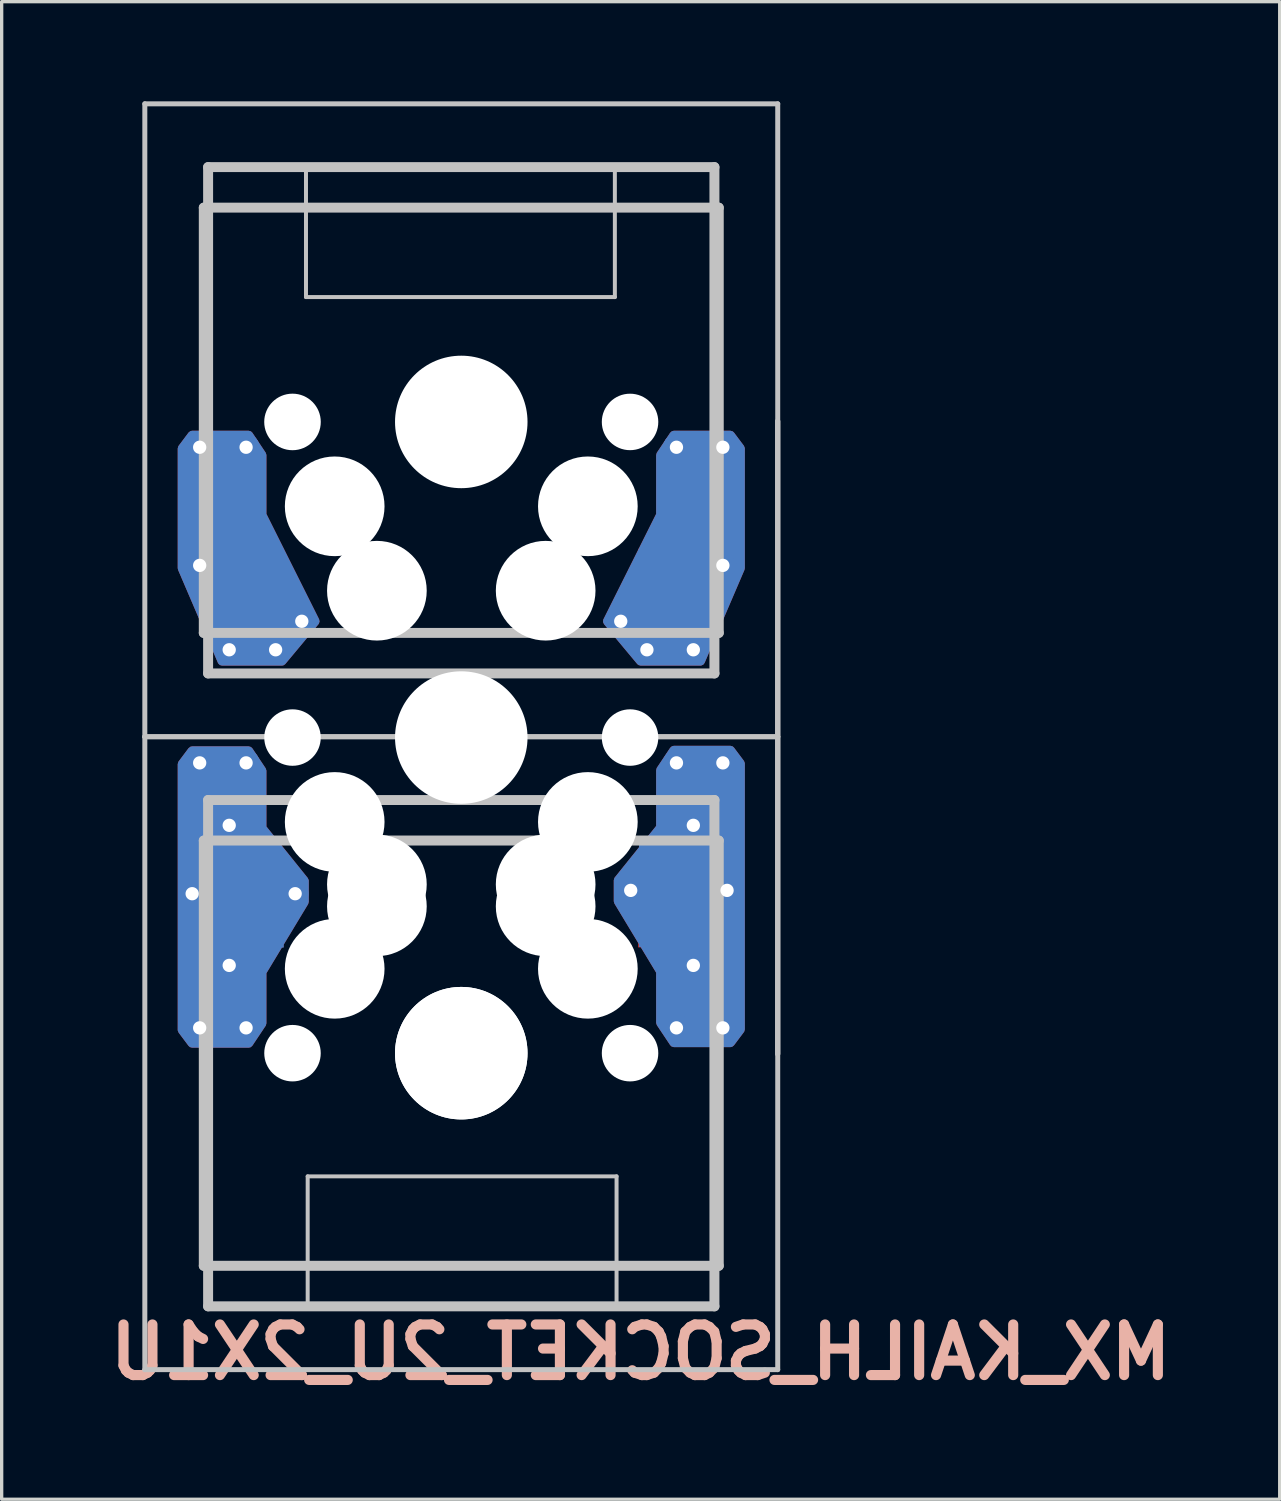
<source format=kicad_pcb>
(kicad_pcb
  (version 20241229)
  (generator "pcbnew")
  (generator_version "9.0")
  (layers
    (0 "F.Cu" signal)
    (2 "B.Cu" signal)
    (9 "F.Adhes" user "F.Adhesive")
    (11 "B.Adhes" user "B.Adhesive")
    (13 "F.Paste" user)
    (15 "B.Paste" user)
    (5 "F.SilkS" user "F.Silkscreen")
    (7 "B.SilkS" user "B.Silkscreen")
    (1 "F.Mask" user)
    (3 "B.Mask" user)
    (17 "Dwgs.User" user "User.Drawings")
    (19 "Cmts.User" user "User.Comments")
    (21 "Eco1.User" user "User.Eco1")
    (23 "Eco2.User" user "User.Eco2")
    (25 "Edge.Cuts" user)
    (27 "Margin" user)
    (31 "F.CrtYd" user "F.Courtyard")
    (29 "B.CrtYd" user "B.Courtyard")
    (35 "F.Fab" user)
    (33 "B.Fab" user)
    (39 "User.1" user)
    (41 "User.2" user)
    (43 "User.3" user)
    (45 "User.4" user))
  (footprint "MX_KAILH_SOCKET_2U_2X1U"
    (layer "F.Cu")
    (at 10.834 19.15)
    (property "Reference" "MX_KAILH_SOCKET_2U_2X1U" (at 5.4 18.5 0) (layer "B.SilkS") (effects (font (size 1.524 1.524) (thickness 0.305)) (justify mirror)))
    (attr through_hole)
    (fp_poly (pts (xy -6.807 5.792) (xy -7.315 5.792) (xy -7.315 5.131) (xy -6.807 5.131)) (stroke (width 0.1) (type solid)) (fill yes) (layer "B.Cu"))
    (fp_line (start -9.525 -19.075) (end 9.525 -19.075) (stroke (width 0.15) (type solid)) (layer "Dwgs.User"))
    (fp_line (start -9.525 -0.025) (end -9.525 -19.075) (stroke (width 0.15) (type solid)) (layer "Dwgs.User"))
    (fp_line (start -9.525 -0.025) (end 9.525 -0.025) (stroke (width 0.15) (type solid)) (layer "Dwgs.User"))
    (fp_line (start -9.525 19.025) (end -9.525 -0.025) (stroke (width 0.15) (type solid)) (layer "Dwgs.User"))
    (fp_line (start -7.75 -15.95) (end -7.75 -3.15) (stroke (width 0.3) (type solid)) (layer "Dwgs.User"))
    (fp_line (start -7.75 -3.15) (end 7.75 -3.15) (stroke (width 0.3) (type solid)) (layer "Dwgs.User"))
    (fp_line (start -7.75 15.9) (end -7.75 3.1) (stroke (width 0.3) (type solid)) (layer "Dwgs.User"))
    (fp_line (start -7.75 15.9) (end 7.75 15.9) (stroke (width 0.3) (type solid)) (layer "Dwgs.User"))
    (fp_line (start -7.62 -17.17) (end 7.62 -17.17) (stroke (width 0.3) (type solid)) (layer "Dwgs.User"))
    (fp_line (start -7.62 -1.93) (end -7.62 -17.17) (stroke (width 0.3) (type solid)) (layer "Dwgs.User"))
    (fp_line (start -7.62 1.88) (end 7.62 1.88) (stroke (width 0.3) (type solid)) (layer "Dwgs.User"))
    (fp_line (start -7.62 17.12) (end -7.62 1.88) (stroke (width 0.3) (type solid)) (layer "Dwgs.User"))
    (fp_line (start -4.674 -13.258) (end -4.674 -17.221) (stroke (width 0.12) (type solid)) (layer "Dwgs.User"))
    (fp_line (start -4.674 -13.258) (end 4.623 -13.258) (stroke (width 0.12) (type solid)) (layer "Dwgs.User"))
    (fp_line (start -4.623 13.208) (end -4.623 17.171) (stroke (width 0.12) (type solid)) (layer "Dwgs.User"))
    (fp_line (start 4.623 -13.258) (end 4.623 -17.221) (stroke (width 0.12) (type solid)) (layer "Dwgs.User"))
    (fp_line (start 4.674 13.208) (end -4.623 13.208) (stroke (width 0.12) (type solid)) (layer "Dwgs.User"))
    (fp_line (start 4.674 13.208) (end 4.674 17.171) (stroke (width 0.12) (type solid)) (layer "Dwgs.User"))
    (fp_line (start 7.62 -17.17) (end 7.62 -1.93) (stroke (width 0.3) (type solid)) (layer "Dwgs.User"))
    (fp_line (start 7.62 -1.93) (end -7.62 -1.93) (stroke (width 0.3) (type solid)) (layer "Dwgs.User"))
    (fp_line (start 7.62 1.88) (end 7.62 17.12) (stroke (width 0.3) (type solid)) (layer "Dwgs.User"))
    (fp_line (start 7.62 17.12) (end -7.62 17.12) (stroke (width 0.3) (type solid)) (layer "Dwgs.User"))
    (fp_line (start 7.75 -15.95) (end -7.75 -15.95) (stroke (width 0.3) (type solid)) (layer "Dwgs.User"))
    (fp_line (start 7.75 -15.95) (end 7.75 -3.15) (stroke (width 0.3) (type solid)) (layer "Dwgs.User"))
    (fp_line (start 7.75 3.1) (end -7.75 3.1) (stroke (width 0.3) (type solid)) (layer "Dwgs.User"))
    (fp_line (start 7.75 15.9) (end 7.75 3.1) (stroke (width 0.3) (type solid)) (layer "Dwgs.User"))
    (fp_line (start 9.525 -19.075) (end 9.525 -0.025) (stroke (width 0.15) (type solid)) (layer "Dwgs.User"))
    (fp_line (start 9.525 -9.525) (end 9.525 9.525) (stroke (width 0.15) (type solid)) (layer "Dwgs.User"))
    (fp_line (start 9.525 -0.025) (end -9.525 -0.025) (stroke (width 0.15) (type solid)) (layer "Dwgs.User"))
    (fp_line (start 9.525 -0.025) (end 9.525 19.025) (stroke (width 0.15) (type solid)) (layer "Dwgs.User"))
    (fp_line (start 9.525 9.525) (end 9.525 -9.525) (stroke (width 0.15) (type solid)) (layer "Dwgs.User"))
    (fp_line (start 9.525 19.025) (end -9.525 19.025) (stroke (width 0.15) (type solid)) (layer "Dwgs.User"))
    (fp_line (start -6.95 -16.5) (end 6.95 -16.5) (stroke (width 0.1) (type solid)) (layer "Eco1.User"))
    (fp_line (start -6.95 -7) (end 6.95 -7) (stroke (width 0.1) (type solid)) (layer "Eco1.User"))
    (fp_line (start -6.95 -2.5) (end -6.95 -16.5) (stroke (width 0.1) (type solid)) (layer "Eco1.User"))
    (fp_line (start -6.95 2.5) (end 6.95 2.5) (stroke (width 0.1) (type solid)) (layer "Eco1.User"))
    (fp_line (start -6.95 7) (end -6.95 -7) (stroke (width 0.1) (type solid)) (layer "Eco1.User"))
    (fp_line (start -6.95 16.5) (end -6.95 2.5) (stroke (width 0.1) (type solid)) (layer "Eco1.User"))
    (fp_line (start 6.95 -16.5) (end 6.95 -2.5) (stroke (width 0.1) (type solid)) (layer "Eco1.User"))
    (fp_line (start 6.95 -7) (end 6.95 7) (stroke (width 0.1) (type solid)) (layer "Eco1.User"))
    (fp_line (start 6.95 -2.5) (end -6.95 -2.5) (stroke (width 0.1) (type solid)) (layer "Eco1.User"))
    (fp_line (start 6.95 2.5) (end 6.95 16.5) (stroke (width 0.1) (type solid)) (layer "Eco1.User"))
    (fp_line (start 6.95 7) (end -6.95 7) (stroke (width 0.1) (type solid)) (layer "Eco1.User"))
    (fp_line (start 6.95 16.5) (end -6.95 16.5) (stroke (width 0.1) (type solid)) (layer "Eco1.User"))
    (pad "" np_thru_hole circle (at -5.08 -9.5 180) (size 1.702 1.702) (drill 1.702) (layers "*.Cu" "*.Mask"))
    (pad "" np_thru_hole circle (at -5.08 0) (size 1.7 1.7) (drill 1.7) (layers "*.Cu" "*.Mask"))
    (pad "" np_thru_hole circle (at -5.08 9.5) (size 1.7 1.7) (drill 1.7) (layers "*.Cu" "*.Mask"))
    (pad "" np_thru_hole circle (at -3.81 -6.96 180) (size 3 3) (drill 3) (layers "*.Cu" "*.Mask"))
    (pad "" np_thru_hole circle (at -3.81 2.54 180) (size 3 3) (drill 3) (layers "*.Cu" "*.Mask"))
    (pad "" np_thru_hole circle (at -3.81 6.96) (size 3 3) (drill 3) (layers "*.Cu" "*.Mask"))
    (pad "" np_thru_hole circle (at -2.54 -4.42 180) (size 3 3) (drill 3) (layers "*.Cu" "*.Mask"))
    (pad "" np_thru_hole circle (at -2.54 4.42) (size 3 3) (drill 3) (layers "*.Cu" "*.Mask"))
    (pad "" np_thru_hole circle (at -2.54 5.08 180) (size 3 3) (drill 3) (layers "*.Cu" "*.Mask"))
    (pad "" np_thru_hole circle (at 0 -9.5 180) (size 3.988 3.988) (drill 3.988) (layers "*.Cu" "*.Mask"))
    (pad "" np_thru_hole circle (at 0 0 180) (size 3.988 3.988) (drill 3.988) (layers "*.Cu" "*.Mask"))
    (pad "" np_thru_hole circle (at 0 9.5) (size 3.988 3.988) (drill 3.988) (layers "*.Cu" "*.Mask"))
    (pad "" np_thru_hole circle (at 0 9.5) (size 3.988 3.988) (drill 3.988) (layers "*.Cu" "*.Mask"))
    (pad "" np_thru_hole circle (at 2.54 -4.42 180) (size 3 3) (drill 3) (layers "*.Cu" "*.Mask"))
    (pad "" np_thru_hole circle (at 2.54 4.42) (size 3 3) (drill 3) (layers "*.Cu" "*.Mask"))
    (pad "" np_thru_hole circle (at 2.54 5.08 180) (size 3 3) (drill 3) (layers "*.Cu" "*.Mask"))
    (pad "" np_thru_hole circle (at 3.81 -6.96 180) (size 3 3) (drill 3) (layers "*.Cu" "*.Mask"))
    (pad "" np_thru_hole circle (at 3.81 2.54 180) (size 3 3) (drill 3) (layers "*.Cu" "*.Mask"))
    (pad "" np_thru_hole circle (at 3.81 6.96) (size 3 3) (drill 3) (layers "*.Cu" "*.Mask"))
    (pad "" np_thru_hole circle (at 5.08 -9.5) (size 1.7 1.7) (drill 1.7) (layers "*.Cu" "*.Mask"))
    (pad "" np_thru_hole circle (at 5.08 0) (size 1.7 1.7) (drill 1.7) (layers "*.Cu" "*.Mask"))
    (pad "" np_thru_hole circle (at 5.08 9.5) (size 1.7 1.7) (drill 1.7) (layers "*.Cu" "*.Mask"))
    (pad "A" thru_hole circle (at 4.8 -3.5 180) (size 0.8 0.8) (drill 0.4) (layers "*.Cu"))
    (pad "A" thru_hole circle (at 5.588 -2.642 180) (size 0.8 0.8) (drill 0.4) (layers "*.Cu"))
    (pad "A" smd rect (at 6.399 -4.433) (size 2.15 2.5) (layers "F.Cu" "F.Mask"))
    (pad "A" thru_hole circle (at 6.477 -8.738 180) (size 0.8 0.8) (drill 0.4) (layers "*.Cu"))
    (pad "A" smd custom (at 6.499 -4.433) (size 2.15 2.5) (layers "F.Cu") (options (anchor rect)) (primitives (gr_poly (pts (xy -0.499 -4.067) (xy -0.499 -2.267) (xy -2.099 0.933) (xy -1.099 2.133) (xy 0.701 2.133) (xy 1.901 -0.667) (xy 1.901 -4.267) (xy 1.601 -4.667) (xy -0.099 -4.667)) (width 0.27) (fill yes))))
    (pad "A" thru_hole circle (at 6.985 -2.642 180) (size 0.8 0.8) (drill 0.4) (layers "*.Cu"))
    (pad "A" smd rect (at 7.2 -6.96) (size 2.35 2.5) (layers "B.Cu" "B.Mask"))
    (pad "A" smd custom (at 7.285 -6.96) (size 2.35 2.5) (layers "B.Cu") (options (anchor rect)) (primitives (gr_poly (pts (xy -1.285 -1.54) (xy -1.285 0.26) (xy -2.885 3.46) (xy -1.885 4.66) (xy -0.085 4.66) (xy 1.115 1.86) (xy 1.115 -1.74) (xy 0.815 -2.14) (xy -0.885 -2.14)) (width 0.27) (fill yes))))
    (pad "A" thru_hole circle (at 7.874 -8.738 180) (size 0.8 0.8) (drill 0.4) (layers "*.Cu"))
    (pad "A" thru_hole circle (at 7.874 -5.182 180) (size 0.8 0.8) (drill 0.4) (layers "*.Cu"))
    (pad "B" thru_hole circle (at -7.874 -8.738 180) (size 0.8 0.8) (drill 0.4) (layers "*.Cu"))
    (pad "B" thru_hole circle (at -7.874 -5.182 180) (size 0.8 0.8) (drill 0.4) (layers "*.Cu"))
    (pad "B" smd rect (at -7.212 -6.96 180) (size 2.35 2.5) (layers "F.Cu" "F.Mask"))
    (pad "B" smd custom (at -7.212 -6.96) (size 2.35 2.5) (layers "F.Cu") (options (anchor rect)) (primitives (gr_poly (pts (xy 1.212 -1.54) (xy 1.212 0.26) (xy 2.812 3.46) (xy 1.812 4.66) (xy 0.012 4.66) (xy -1.188 1.86) (xy -1.188 -1.74) (xy -0.888 -2.14) (xy 0.812 -2.14)) (width 0.27) (fill yes))))
    (pad "B" thru_hole circle (at -6.985 -2.642 180) (size 0.8 0.8) (drill 0.4) (layers "*.Cu"))
    (pad "B" thru_hole circle (at -6.477 -8.738 180) (size 0.8 0.8) (drill 0.4) (layers "*.Cu"))
    (pad "B" smd rect (at -6.425 -4.433 180) (size 2.15 2.5) (layers "B.Cu" "B.Mask"))
    (pad "B" smd custom (at -6.425 -4.433) (size 2.15 2.5) (layers "B.Cu") (options (anchor rect)) (primitives (gr_poly (pts (xy 0.425 -4.067) (xy 0.425 -2.267) (xy 2.025 0.933) (xy 1.025 2.133) (xy -0.775 2.133) (xy -1.975 -0.667) (xy -1.975 -4.267) (xy -1.675 -4.667) (xy 0.025 -4.667)) (width 0.27) (fill yes))))
    (pad "B" thru_hole circle (at -5.588 -2.642 180) (size 0.8 0.8) (drill 0.4) (layers "*.Cu"))
    (pad "B" thru_hole circle (at -4.8 -3.5 180) (size 0.8 0.8) (drill 0.4) (layers "*.Cu"))
    (pad "C" thru_hole circle (at 5.1 4.6 180) (size 0.8 0.8) (drill 0.4) (layers "*.Cu"))
    (pad "C" smd rect (at 6.399 5.067) (size 2.15 2.5) (layers "F.Cu" "F.Mask"))
    (pad "C" smd rect (at 6.425 4.433) (size 2.15 2.5) (layers "B.Cu" "B.Mask"))
    (pad "C" smd custom (at 6.425 5.05) (size 2.15 2.5) (layers "F.Cu") (options (anchor rect)) (primitives (gr_poly (pts (xy -0.425 3.533) (xy -0.425 1.989) (xy -1.7 -0.124) (xy -1.7 -0.755) (xy -0.425 -2.342) (xy -0.425 -4.067) (xy -0.025 -4.667) (xy 1.675 -4.667) (xy 1.975 -4.267) (xy 1.975 0.133) (xy 1.975 3.733) (xy 1.675 4.133) (xy -0.025 4.133)) (width 0.27) (fill yes))))
    (pad "C" smd custom (at 6.425 5.05) (size 2.15 2.5) (layers "B.Cu") (options (anchor rect)) (primitives (gr_poly (pts (xy -0.425 3.533) (xy -0.425 1.989) (xy -1.7 -0.124) (xy -1.7 -0.755) (xy -0.425 -2.342) (xy -0.425 -4.067) (xy -0.025 -4.667) (xy 1.675 -4.667) (xy 1.975 -4.267) (xy 1.975 0.133) (xy 1.975 3.733) (xy 1.675 4.133) (xy -0.025 4.133)) (width 0.27) (fill yes))))
    (pad "C" thru_hole circle (at 6.477 0.762 180) (size 0.8 0.8) (drill 0.4) (layers "*.Cu"))
    (pad "C" thru_hole circle (at 6.477 8.738) (size 0.8 0.8) (drill 0.4) (layers "*.Cu"))
    (pad "C" thru_hole circle (at 6.985 2.642) (size 0.8 0.8) (drill 0.4) (layers "*.Cu"))
    (pad "C" thru_hole circle (at 6.985 6.858 180) (size 0.8 0.8) (drill 0.4) (layers "*.Cu"))
    (pad "C" smd rect (at 7.2 2.54) (size 2.35 2.5) (layers "B.Cu" "B.Mask"))
    (pad "C" smd rect (at 7.212 6.96) (size 2.35 2.5) (layers "F.Cu" "F.Mask"))
    (pad "C" thru_hole circle (at 7.874 0.762 180) (size 0.8 0.8) (drill 0.4) (layers "*.Cu"))
    (pad "C" thru_hole circle (at 7.874 8.738) (size 0.8 0.8) (drill 0.4) (layers "*.Cu"))
    (pad "C" thru_hole circle (at 8 4.6 180) (size 0.8 0.8) (drill 0.4) (layers "*.Cu"))
    (pad "D" thru_hole circle (at -8.1 4.7 180) (size 0.8 0.8) (drill 0.4) (layers "*.Cu"))
    (pad "D" thru_hole circle (at -7.874 0.762 180) (size 0.8 0.8) (drill 0.4) (layers "*.Cu"))
    (pad "D" thru_hole circle (at -7.874 8.738) (size 0.8 0.8) (drill 0.4) (layers "*.Cu"))
    (pad "D" smd rect (at -7.212 2.54 180) (size 2.35 2.5) (layers "F.Cu" "F.Mask"))
    (pad "D" smd rect (at -7.2 6.96 180) (size 2.35 2.5) (layers "B.Cu" "B.Mask"))
    (pad "D" thru_hole circle (at -6.985 2.642) (size 0.8 0.8) (drill 0.4) (layers "*.Cu"))
    (pad "D" thru_hole circle (at -6.985 6.858 180) (size 0.8 0.8) (drill 0.4) (layers "*.Cu"))
    (pad "D" smd rect (at -6.499 4.433 180) (size 2.15 2.5) (layers "F.Cu" "F.Mask"))
    (pad "D" thru_hole circle (at -6.477 0.762 180) (size 0.8 0.8) (drill 0.4) (layers "*.Cu"))
    (pad "D" thru_hole circle (at -6.477 8.738) (size 0.8 0.8) (drill 0.4) (layers "*.Cu"))
    (pad "D" smd rect (at -6.425 5.067) (size 2.15 2.5) (layers "B.Cu" "B.Mask"))
    (pad "D" smd custom (at -6.425 5.067) (size 2.15 2.5) (layers "F.Cu") (options (anchor rect)) (primitives (gr_poly (pts (xy 0.425 3.533) (xy 0.425 1.989) (xy 1.7 -0.124) (xy 1.7 -0.755) (xy 0.425 -2.342) (xy 0.425 -4.067) (xy 0.025 -4.667) (xy -1.675 -4.667) (xy -1.975 -4.267) (xy -1.975 0.133) (xy -1.975 3.733) (xy -1.675 4.133) (xy 0.025 4.133)) (width 0.27) (fill yes))))
    (pad "D" smd custom (at -6.425 5.067) (size 2.15 2.5) (layers "B.Cu") (options (anchor rect)) (primitives (gr_poly (pts (xy 0.425 3.533) (xy 0.425 1.989) (xy 1.7 -0.124) (xy 1.7 -0.755) (xy 0.425 -2.342) (xy 0.425 -4.067) (xy 0.025 -4.667) (xy -1.675 -4.667) (xy -1.975 -4.267) (xy -1.975 0.133) (xy -1.975 3.733) (xy -1.675 4.133) (xy 0.025 4.133)) (width 0.27) (fill yes))))
    (pad "D" thru_hole circle (at -5 4.7) (size 0.8 0.8) (drill 0.4) (layers "*.Cu")))
  (gr_rect
    (start -3 -3)
    (end 35.468 42.076)
    (stroke (width 0.1) (type default))
    (fill no)
    (layer "Edge.Cuts")))
</source>
